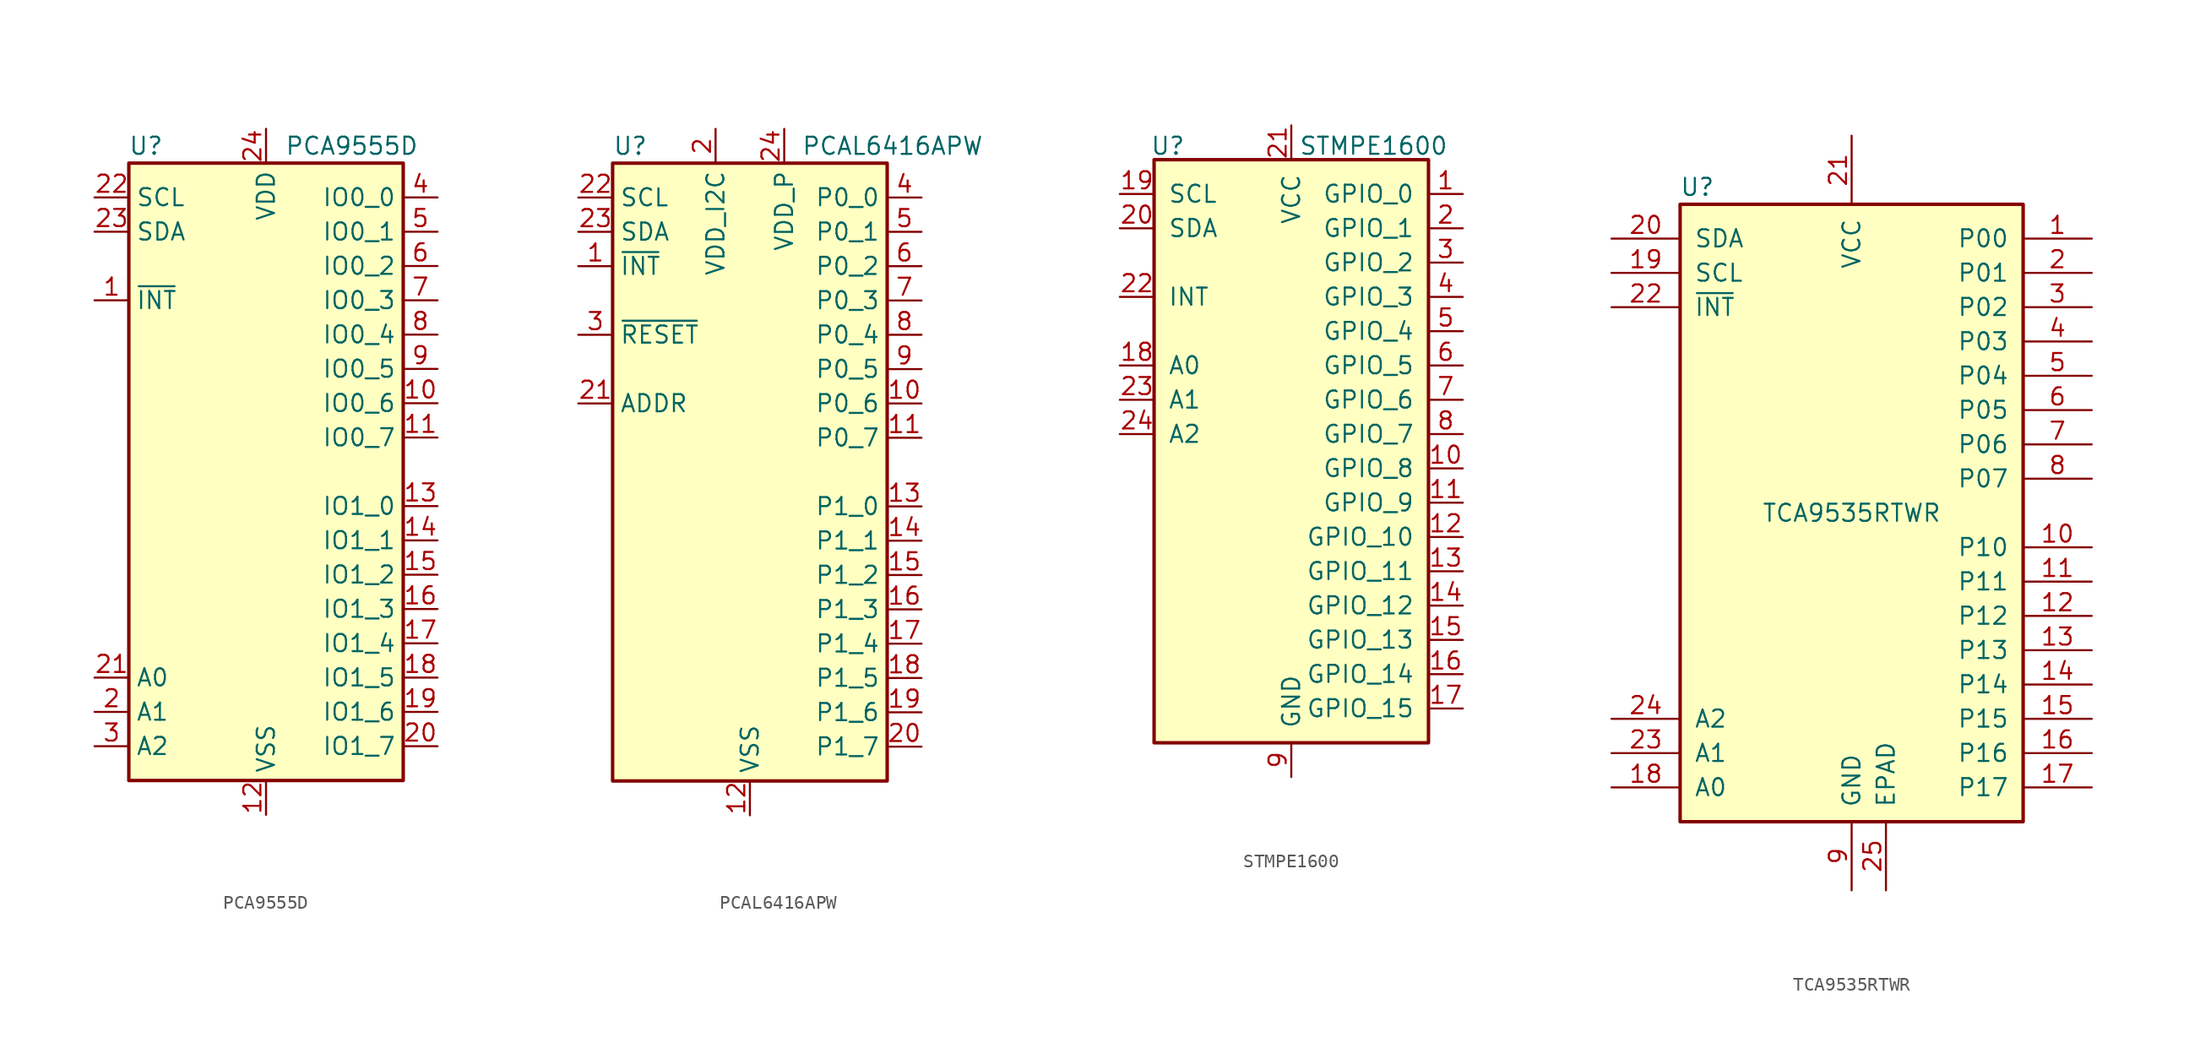
<source format=kicad_sym>
(kicad_symbol_lib
  (version 20201005)
  (generator kicad_symbol_editor)
  (symbol "PCA9555D"
    (property "Reference" "U"
      (at -8.89 24.13 0)
      (effects (font (size 1.27 1.27))))
    (property "Value" "PCA9555D"
      (at 6.35 24.13 0)
      (effects (font (size 1.27 1.27))))
    (symbol "PCA9555D_0_1"
      (rectangle (start -10.16 22.86) (end 10.16 -22.86) (stroke (width 0.254)) (fill (type background))))
    (symbol "PCA9555D_1_1"
      (pin open_collector line (at -12.7 12.7 0) (length 2.54) (name "~INT" (effects (font (size 1.27 1.27)))) (number "1" (effects (font (size 1.27 1.27)))))
      (pin bidirectional line (at 12.7 5.08 180) (length 2.54) (name "IO0_6" (effects (font (size 1.27 1.27)))) (number "10" (effects (font (size 1.27 1.27)))))
      (pin bidirectional line (at 12.7 2.54 180) (length 2.54) (name "IO0_7" (effects (font (size 1.27 1.27)))) (number "11" (effects (font (size 1.27 1.27)))))
      (pin power_in line (at 0 -25.4 90) (length 2.54) (name "VSS" (effects (font (size 1.27 1.27)))) (number "12" (effects (font (size 1.27 1.27)))))
      (pin bidirectional line (at 12.7 -2.54 180) (length 2.54) (name "IO1_0" (effects (font (size 1.27 1.27)))) (number "13" (effects (font (size 1.27 1.27)))))
      (pin bidirectional line (at 12.7 -5.08 180) (length 2.54) (name "IO1_1" (effects (font (size 1.27 1.27)))) (number "14" (effects (font (size 1.27 1.27)))))
      (pin bidirectional line (at 12.7 -7.62 180) (length 2.54) (name "IO1_2" (effects (font (size 1.27 1.27)))) (number "15" (effects (font (size 1.27 1.27)))))
      (pin bidirectional line (at 12.7 -10.16 180) (length 2.54) (name "IO1_3" (effects (font (size 1.27 1.27)))) (number "16" (effects (font (size 1.27 1.27)))))
      (pin bidirectional line (at 12.7 -12.7 180) (length 2.54) (name "IO1_4" (effects (font (size 1.27 1.27)))) (number "17" (effects (font (size 1.27 1.27)))))
      (pin bidirectional line (at 12.7 -15.24 180) (length 2.54) (name "IO1_5" (effects (font (size 1.27 1.27)))) (number "18" (effects (font (size 1.27 1.27)))))
      (pin bidirectional line (at 12.7 -17.78 180) (length 2.54) (name "IO1_6" (effects (font (size 1.27 1.27)))) (number "19" (effects (font (size 1.27 1.27)))))
      (pin input line (at -12.7 -17.78 0) (length 2.54) (name "A1" (effects (font (size 1.27 1.27)))) (number "2" (effects (font (size 1.27 1.27)))))
      (pin bidirectional line (at 12.7 -20.32 180) (length 2.54) (name "IO1_7" (effects (font (size 1.27 1.27)))) (number "20" (effects (font (size 1.27 1.27)))))
      (pin input line (at -12.7 -15.24 0) (length 2.54) (name "A0" (effects (font (size 1.27 1.27)))) (number "21" (effects (font (size 1.27 1.27)))))
      (pin input line (at -12.7 20.32 0) (length 2.54) (name "SCL" (effects (font (size 1.27 1.27)))) (number "22" (effects (font (size 1.27 1.27)))))
      (pin bidirectional line (at -12.7 17.78 0) (length 2.54) (name "SDA" (effects (font (size 1.27 1.27)))) (number "23" (effects (font (size 1.27 1.27)))))
      (pin power_in line (at 0 25.4 270) (length 2.54) (name "VDD" (effects (font (size 1.27 1.27)))) (number "24" (effects (font (size 1.27 1.27)))))
      (pin input line (at -12.7 -20.32 0) (length 2.54) (name "A2" (effects (font (size 1.27 1.27)))) (number "3" (effects (font (size 1.27 1.27)))))
      (pin bidirectional line (at 12.7 20.32 180) (length 2.54) (name "IO0_0" (effects (font (size 1.27 1.27)))) (number "4" (effects (font (size 1.27 1.27)))))
      (pin bidirectional line (at 12.7 17.78 180) (length 2.54) (name "IO0_1" (effects (font (size 1.27 1.27)))) (number "5" (effects (font (size 1.27 1.27)))))
      (pin bidirectional line (at 12.7 15.24 180) (length 2.54) (name "IO0_2" (effects (font (size 1.27 1.27)))) (number "6" (effects (font (size 1.27 1.27)))))
      (pin bidirectional line (at 12.7 12.7 180) (length 2.54) (name "IO0_3" (effects (font (size 1.27 1.27)))) (number "7" (effects (font (size 1.27 1.27)))))
      (pin bidirectional line (at 12.7 10.16 180) (length 2.54) (name "IO0_4" (effects (font (size 1.27 1.27)))) (number "8" (effects (font (size 1.27 1.27)))))
      (pin bidirectional line (at 12.7 7.62 180) (length 2.54) (name "IO0_5" (effects (font (size 1.27 1.27)))) (number "9" (effects (font (size 1.27 1.27)))))))
  (symbol "PCAL6416APW"
    (property "Reference" "U"
      (at -10.16 24.13 0)
      (effects (font (size 1.27 1.27)) (justify left)))
    (property "Value" "PCAL6416APW"
      (at 3.81 24.13 0)
      (effects (font (size 1.27 1.27)) (justify left)))
    (symbol "PCAL6416APW_0_1"
      (rectangle (start -10.16 22.86) (end 10.16 -22.86) (stroke (width 0.254)) (fill (type background))))
    (symbol "PCAL6416APW_1_1"
      (pin open_collector line (at -12.7 15.24 0) (length 2.54) (name "~INT" (effects (font (size 1.27 1.27)))) (number "1" (effects (font (size 1.27 1.27)))))
      (pin bidirectional line (at 12.7 5.08 180) (length 2.54) (name "P0_6" (effects (font (size 1.27 1.27)))) (number "10" (effects (font (size 1.27 1.27)))))
      (pin bidirectional line (at 12.7 2.54 180) (length 2.54) (name "P0_7" (effects (font (size 1.27 1.27)))) (number "11" (effects (font (size 1.27 1.27)))))
      (pin power_in line (at 0 -25.4 90) (length 2.54) (name "VSS" (effects (font (size 1.27 1.27)))) (number "12" (effects (font (size 1.27 1.27)))))
      (pin bidirectional line (at 12.7 -2.54 180) (length 2.54) (name "P1_0" (effects (font (size 1.27 1.27)))) (number "13" (effects (font (size 1.27 1.27)))))
      (pin bidirectional line (at 12.7 -5.08 180) (length 2.54) (name "P1_1" (effects (font (size 1.27 1.27)))) (number "14" (effects (font (size 1.27 1.27)))))
      (pin bidirectional line (at 12.7 -7.62 180) (length 2.54) (name "P1_2" (effects (font (size 1.27 1.27)))) (number "15" (effects (font (size 1.27 1.27)))))
      (pin bidirectional line (at 12.7 -10.16 180) (length 2.54) (name "P1_3" (effects (font (size 1.27 1.27)))) (number "16" (effects (font (size 1.27 1.27)))))
      (pin bidirectional line (at 12.7 -12.7 180) (length 2.54) (name "P1_4" (effects (font (size 1.27 1.27)))) (number "17" (effects (font (size 1.27 1.27)))))
      (pin bidirectional line (at 12.7 -15.24 180) (length 2.54) (name "P1_5" (effects (font (size 1.27 1.27)))) (number "18" (effects (font (size 1.27 1.27)))))
      (pin bidirectional line (at 12.7 -17.78 180) (length 2.54) (name "P1_6" (effects (font (size 1.27 1.27)))) (number "19" (effects (font (size 1.27 1.27)))))
      (pin power_in line (at -2.54 25.4 270) (length 2.54) (name "VDD_I2C" (effects (font (size 1.27 1.27)))) (number "2" (effects (font (size 1.27 1.27)))))
      (pin bidirectional line (at 12.7 -20.32 180) (length 2.54) (name "P1_7" (effects (font (size 1.27 1.27)))) (number "20" (effects (font (size 1.27 1.27)))))
      (pin input line (at -12.7 5.08 0) (length 2.54) (name "ADDR" (effects (font (size 1.27 1.27)))) (number "21" (effects (font (size 1.27 1.27)))))
      (pin input line (at -12.7 20.32 0) (length 2.54) (name "SCL" (effects (font (size 1.27 1.27)))) (number "22" (effects (font (size 1.27 1.27)))))
      (pin bidirectional line (at -12.7 17.78 0) (length 2.54) (name "SDA" (effects (font (size 1.27 1.27)))) (number "23" (effects (font (size 1.27 1.27)))))
      (pin power_in line (at 2.54 25.4 270) (length 2.54) (name "VDD_P" (effects (font (size 1.27 1.27)))) (number "24" (effects (font (size 1.27 1.27)))))
      (pin input line (at -12.7 10.16 0) (length 2.54) (name "~RESET" (effects (font (size 1.27 1.27)))) (number "3" (effects (font (size 1.27 1.27)))))
      (pin bidirectional line (at 12.7 20.32 180) (length 2.54) (name "P0_0" (effects (font (size 1.27 1.27)))) (number "4" (effects (font (size 1.27 1.27)))))
      (pin bidirectional line (at 12.7 17.78 180) (length 2.54) (name "P0_1" (effects (font (size 1.27 1.27)))) (number "5" (effects (font (size 1.27 1.27)))))
      (pin bidirectional line (at 12.7 15.24 180) (length 2.54) (name "P0_2" (effects (font (size 1.27 1.27)))) (number "6" (effects (font (size 1.27 1.27)))))
      (pin bidirectional line (at 12.7 12.7 180) (length 2.54) (name "P0_3" (effects (font (size 1.27 1.27)))) (number "7" (effects (font (size 1.27 1.27)))))
      (pin bidirectional line (at 12.7 10.16 180) (length 2.54) (name "P0_4" (effects (font (size 1.27 1.27)))) (number "8" (effects (font (size 1.27 1.27)))))
      (pin bidirectional line (at 12.7 7.62 180) (length 2.54) (name "P0_5" (effects (font (size 1.27 1.27)))) (number "9" (effects (font (size 1.27 1.27)))))))
  (symbol "STMPE1600"
    (pin_names
      (offset 1.016))
    (property "Reference" "U"
      (at -9.144 21.336 0)
      (effects (font (size 1.27 1.27))))
    (property "Value" "STMPE1600"
      (at 6.096 21.336 0)
      (effects (font (size 1.27 1.27))))
    (symbol "STMPE1600_0_1"
      (rectangle (start -10.16 20.32) (end 10.16 -22.86) (stroke (width 0.254)) (fill (type background))))
    (symbol "STMPE1600_1_1"
      (pin bidirectional line (at 12.7 17.78 180) (length 2.54) (name "GPIO_0" (effects (font (size 1.27 1.27)))) (number "1" (effects (font (size 1.27 1.27)))))
      (pin bidirectional line (at 12.7 -2.54 180) (length 2.54) (name "GPIO_8" (effects (font (size 1.27 1.27)))) (number "10" (effects (font (size 1.27 1.27)))))
      (pin bidirectional line (at 12.7 -5.08 180) (length 2.54) (name "GPIO_9" (effects (font (size 1.27 1.27)))) (number "11" (effects (font (size 1.27 1.27)))))
      (pin bidirectional line (at 12.7 -7.62 180) (length 2.54) (name "GPIO_10" (effects (font (size 1.27 1.27)))) (number "12" (effects (font (size 1.27 1.27)))))
      (pin bidirectional line (at 12.7 -10.16 180) (length 2.54) (name "GPIO_11" (effects (font (size 1.27 1.27)))) (number "13" (effects (font (size 1.27 1.27)))))
      (pin bidirectional line (at 12.7 -12.7 180) (length 2.54) (name "GPIO_12" (effects (font (size 1.27 1.27)))) (number "14" (effects (font (size 1.27 1.27)))))
      (pin bidirectional line (at 12.7 -15.24 180) (length 2.54) (name "GPIO_13" (effects (font (size 1.27 1.27)))) (number "15" (effects (font (size 1.27 1.27)))))
      (pin bidirectional line (at 12.7 -17.78 180) (length 2.54) (name "GPIO_14" (effects (font (size 1.27 1.27)))) (number "16" (effects (font (size 1.27 1.27)))))
      (pin bidirectional line (at 12.7 -20.32 180) (length 2.54) (name "GPIO_15" (effects (font (size 1.27 1.27)))) (number "17" (effects (font (size 1.27 1.27)))))
      (pin input line (at -12.7 5.08 0) (length 2.54) (name "A0" (effects (font (size 1.27 1.27)))) (number "18" (effects (font (size 1.27 1.27)))))
      (pin input line (at -12.7 17.78 0) (length 2.54) (name "SCL" (effects (font (size 1.27 1.27)))) (number "19" (effects (font (size 1.27 1.27)))))
      (pin bidirectional line (at 12.7 15.24 180) (length 2.54) (name "GPIO_1" (effects (font (size 1.27 1.27)))) (number "2" (effects (font (size 1.27 1.27)))))
      (pin bidirectional line (at -12.7 15.24 0) (length 2.54) (name "SDA" (effects (font (size 1.27 1.27)))) (number "20" (effects (font (size 1.27 1.27)))))
      (pin power_in line (at 0 22.86 270) (length 2.54) (name "VCC" (effects (font (size 1.27 1.27)))) (number "21" (effects (font (size 1.27 1.27)))))
      (pin output line (at -12.7 10.16 0) (length 2.54) (name "INT" (effects (font (size 1.27 1.27)))) (number "22" (effects (font (size 1.27 1.27)))))
      (pin input line (at -12.7 2.54 0) (length 2.54) (name "A1" (effects (font (size 1.27 1.27)))) (number "23" (effects (font (size 1.27 1.27)))))
      (pin input line (at -12.7 0 0) (length 2.54) (name "A2" (effects (font (size 1.27 1.27)))) (number "24" (effects (font (size 1.27 1.27)))))
      (pin bidirectional line (at 12.7 12.7 180) (length 2.54) (name "GPIO_2" (effects (font (size 1.27 1.27)))) (number "3" (effects (font (size 1.27 1.27)))))
      (pin bidirectional line (at 12.7 10.16 180) (length 2.54) (name "GPIO_3" (effects (font (size 1.27 1.27)))) (number "4" (effects (font (size 1.27 1.27)))))
      (pin bidirectional line (at 12.7 7.62 180) (length 2.54) (name "GPIO_4" (effects (font (size 1.27 1.27)))) (number "5" (effects (font (size 1.27 1.27)))))
      (pin bidirectional line (at 12.7 5.08 180) (length 2.54) (name "GPIO_5" (effects (font (size 1.27 1.27)))) (number "6" (effects (font (size 1.27 1.27)))))
      (pin bidirectional line (at 12.7 2.54 180) (length 2.54) (name "GPIO_6" (effects (font (size 1.27 1.27)))) (number "7" (effects (font (size 1.27 1.27)))))
      (pin bidirectional line (at 12.7 0 180) (length 2.54) (name "GPIO_7" (effects (font (size 1.27 1.27)))) (number "8" (effects (font (size 1.27 1.27)))))
      (pin power_in line (at 0 -25.4 90) (length 2.54) (name "GND" (effects (font (size 1.27 1.27)))) (number "9" (effects (font (size 1.27 1.27)))))))
  (symbol "TCA9535RTWR"
    (pin_names
      (offset 1.016))
    (property "Reference" "U"
      (at -11.43 24.13 0)
      (effects (font (size 1.27 1.27))))
    (property "Value" "TCA9535RTWR"
      (at 0 0 0)
      (effects (font (size 1.27 1.27))))
    (symbol "TCA9535RTWR_0_1"
      (rectangle (start -12.7 22.86) (end 12.7 -22.86) (stroke (width 0.254)) (fill (type background))))
    (symbol "TCA9535RTWR_1_1"
      (pin bidirectional line (at 17.78 20.32 180) (length 5.08) (name "P00" (effects (font (size 1.27 1.27)))) (number "1" (effects (font (size 1.27 1.27)))))
      (pin bidirectional line (at 17.78 -2.54 180) (length 5.08) (name "P10" (effects (font (size 1.27 1.27)))) (number "10" (effects (font (size 1.27 1.27)))))
      (pin bidirectional line (at 17.78 -5.08 180) (length 5.08) (name "P11" (effects (font (size 1.27 1.27)))) (number "11" (effects (font (size 1.27 1.27)))))
      (pin bidirectional line (at 17.78 -7.62 180) (length 5.08) (name "P12" (effects (font (size 1.27 1.27)))) (number "12" (effects (font (size 1.27 1.27)))))
      (pin bidirectional line (at 17.78 -10.16 180) (length 5.08) (name "P13" (effects (font (size 1.27 1.27)))) (number "13" (effects (font (size 1.27 1.27)))))
      (pin bidirectional line (at 17.78 -12.7 180) (length 5.08) (name "P14" (effects (font (size 1.27 1.27)))) (number "14" (effects (font (size 1.27 1.27)))))
      (pin bidirectional line (at 17.78 -15.24 180) (length 5.08) (name "P15" (effects (font (size 1.27 1.27)))) (number "15" (effects (font (size 1.27 1.27)))))
      (pin bidirectional line (at 17.78 -17.78 180) (length 5.08) (name "P16" (effects (font (size 1.27 1.27)))) (number "16" (effects (font (size 1.27 1.27)))))
      (pin bidirectional line (at 17.78 -20.32 180) (length 5.08) (name "P17" (effects (font (size 1.27 1.27)))) (number "17" (effects (font (size 1.27 1.27)))))
      (pin input line (at -17.78 -20.32 0) (length 5.08) (name "A0" (effects (font (size 1.27 1.27)))) (number "18" (effects (font (size 1.27 1.27)))))
      (pin input line (at -17.78 17.78 0) (length 5.08) (name "SCL" (effects (font (size 1.27 1.27)))) (number "19" (effects (font (size 1.27 1.27)))))
      (pin bidirectional line (at 17.78 17.78 180) (length 5.08) (name "P01" (effects (font (size 1.27 1.27)))) (number "2" (effects (font (size 1.27 1.27)))))
      (pin bidirectional line (at -17.78 20.32 0) (length 5.08) (name "SDA" (effects (font (size 1.27 1.27)))) (number "20" (effects (font (size 1.27 1.27)))))
      (pin power_in line (at 0 27.94 270) (length 5.08) (name "VCC" (effects (font (size 1.27 1.27)))) (number "21" (effects (font (size 1.27 1.27)))))
      (pin open_collector line (at -17.78 15.24 0) (length 5.08) (name "~INT" (effects (font (size 1.27 1.27)))) (number "22" (effects (font (size 1.27 1.27)))))
      (pin input line (at -17.78 -17.78 0) (length 5.08) (name "A1" (effects (font (size 1.27 1.27)))) (number "23" (effects (font (size 1.27 1.27)))))
      (pin input line (at -17.78 -15.24 0) (length 5.08) (name "A2" (effects (font (size 1.27 1.27)))) (number "24" (effects (font (size 1.27 1.27)))))
      (pin input line (at 2.54 -27.94 90) (length 5.08) (name "EPAD" (effects (font (size 1.27 1.27)))) (number "25" (effects (font (size 1.27 1.27)))))
      (pin bidirectional line (at 17.78 15.24 180) (length 5.08) (name "P02" (effects (font (size 1.27 1.27)))) (number "3" (effects (font (size 1.27 1.27)))))
      (pin bidirectional line (at 17.78 12.7 180) (length 5.08) (name "P03" (effects (font (size 1.27 1.27)))) (number "4" (effects (font (size 1.27 1.27)))))
      (pin bidirectional line (at 17.78 10.16 180) (length 5.08) (name "P04" (effects (font (size 1.27 1.27)))) (number "5" (effects (font (size 1.27 1.27)))))
      (pin bidirectional line (at 17.78 7.62 180) (length 5.08) (name "P05" (effects (font (size 1.27 1.27)))) (number "6" (effects (font (size 1.27 1.27)))))
      (pin bidirectional line (at 17.78 5.08 180) (length 5.08) (name "P06" (effects (font (size 1.27 1.27)))) (number "7" (effects (font (size 1.27 1.27)))))
      (pin bidirectional line (at 17.78 2.54 180) (length 5.08) (name "P07" (effects (font (size 1.27 1.27)))) (number "8" (effects (font (size 1.27 1.27)))))
      (pin power_in line (at 0 -27.94 90) (length 5.08) (name "GND" (effects (font (size 1.27 1.27)))) (number "9" (effects (font (size 1.27 1.27))))))))
</source>
